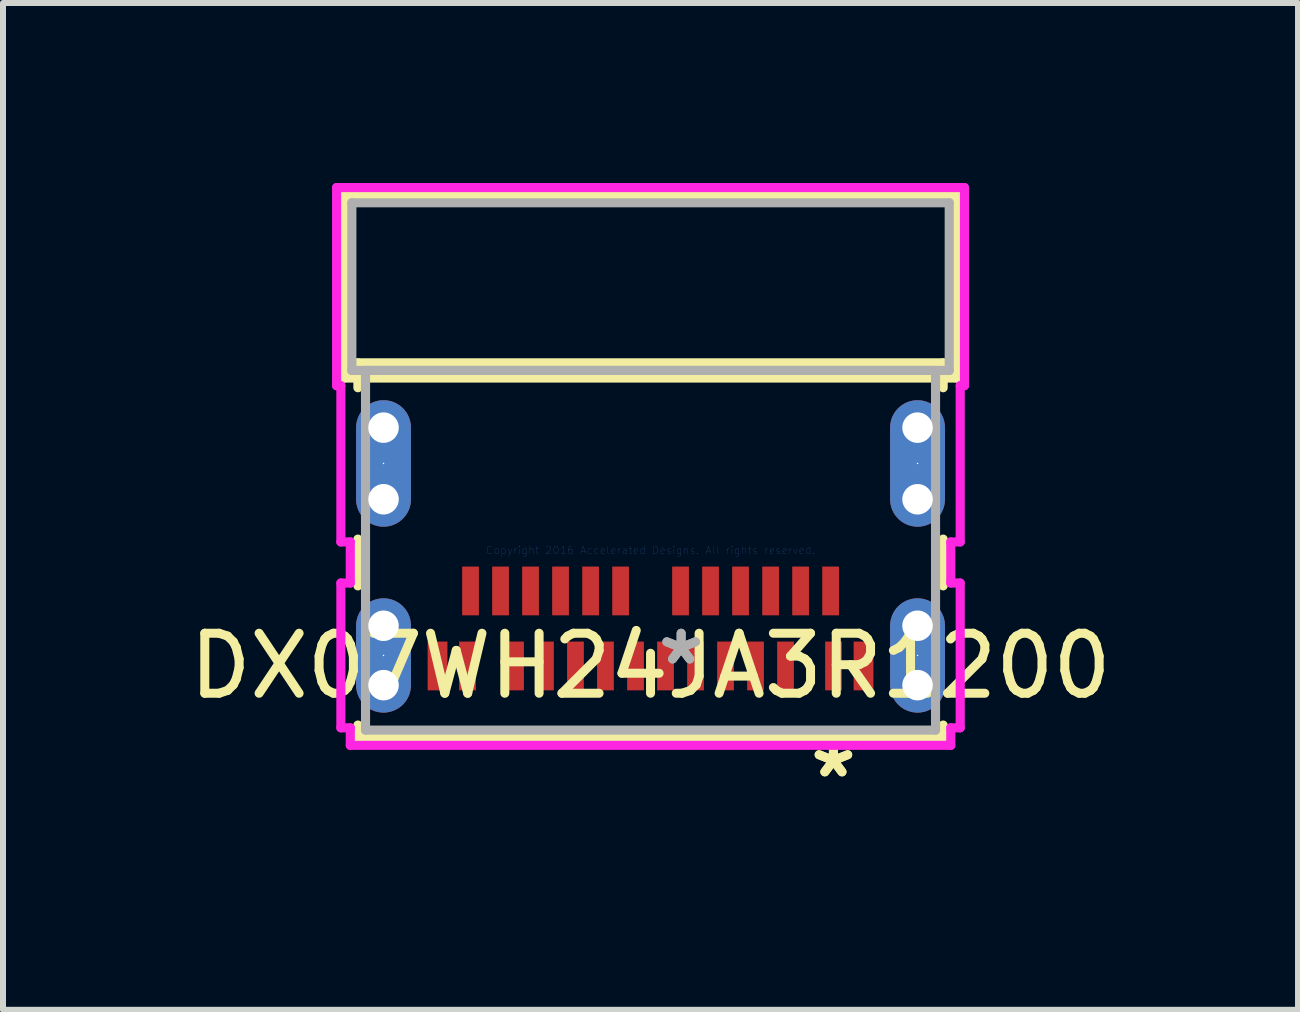
<source format=kicad_pcb>
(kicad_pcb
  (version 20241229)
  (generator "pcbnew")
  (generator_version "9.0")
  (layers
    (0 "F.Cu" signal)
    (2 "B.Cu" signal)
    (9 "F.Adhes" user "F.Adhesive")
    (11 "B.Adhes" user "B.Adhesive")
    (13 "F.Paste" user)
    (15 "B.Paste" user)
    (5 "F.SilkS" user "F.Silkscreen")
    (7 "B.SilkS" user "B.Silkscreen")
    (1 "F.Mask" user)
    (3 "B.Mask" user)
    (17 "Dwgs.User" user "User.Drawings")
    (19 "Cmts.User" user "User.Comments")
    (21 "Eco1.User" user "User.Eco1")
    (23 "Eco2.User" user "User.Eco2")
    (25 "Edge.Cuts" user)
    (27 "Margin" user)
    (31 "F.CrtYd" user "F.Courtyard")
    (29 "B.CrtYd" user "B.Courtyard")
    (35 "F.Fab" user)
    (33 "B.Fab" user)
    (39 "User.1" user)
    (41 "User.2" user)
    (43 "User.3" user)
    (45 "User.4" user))
  (footprint "DX07WH24JA3R1200"
    (layer "F.Cu")
    (at 7.792 6.121)
    (property "Reference" "DX07WH24JA3R1200" (at 0 1.928 0) (layer "F.SilkS") (effects (font (size 1 1) (thickness 0.15))))
    (attr through_hole)
    (fp_line (start -5.105 -5.918) (end -5.105 -2.87) (stroke (width 0.152) (type solid)) (layer "F.SilkS"))
    (fp_line (start -5.105 -2.87) (end 5.105 -2.87) (stroke (width 0.152) (type solid)) (layer "F.SilkS"))
    (fp_line (start -4.877 -3.124) (end -4.877 -2.709) (stroke (width 0.152) (type solid)) (layer "F.SilkS"))
    (fp_line (start -4.877 -0.186) (end -4.877 0.593) (stroke (width 0.152) (type solid)) (layer "F.SilkS"))
    (fp_line (start -4.877 2.913) (end -4.877 3.124) (stroke (width 0.152) (type solid)) (layer "F.SilkS"))
    (fp_line (start -4.877 3.124) (end 4.877 3.124) (stroke (width 0.152) (type solid)) (layer "F.SilkS"))
    (fp_line (start 4.877 -3.124) (end -4.877 -3.124) (stroke (width 0.152) (type solid)) (layer "F.SilkS"))
    (fp_line (start 4.877 -2.709) (end 4.877 -3.124) (stroke (width 0.152) (type solid)) (layer "F.SilkS"))
    (fp_line (start 4.877 0.593) (end 4.877 -0.186) (stroke (width 0.152) (type solid)) (layer "F.SilkS"))
    (fp_line (start 4.877 3.124) (end 4.877 2.913) (stroke (width 0.152) (type solid)) (layer "F.SilkS"))
    (fp_line (start 5.105 -5.918) (end -5.105 -5.918) (stroke (width 0.152) (type solid)) (layer "F.SilkS"))
    (fp_line (start 5.105 -2.87) (end 5.105 -5.918) (stroke (width 0.152) (type solid)) (layer "F.SilkS"))
    (fp_line (start -5.232 -6.045) (end -5.232 -2.743) (stroke (width 0.152) (type solid)) (layer "F.CrtYd"))
    (fp_line (start -5.232 -2.743) (end -5.161 -2.743) (stroke (width 0.152) (type solid)) (layer "F.CrtYd"))
    (fp_line (start -5.161 -2.743) (end -5.161 -0.139) (stroke (width 0.152) (type solid)) (layer "F.CrtYd"))
    (fp_line (start -5.161 -0.139) (end -5.004 -0.139) (stroke (width 0.152) (type solid)) (layer "F.CrtYd"))
    (fp_line (start -5.161 0.546) (end -5.161 2.959) (stroke (width 0.152) (type solid)) (layer "F.CrtYd"))
    (fp_line (start -5.161 2.959) (end -5.004 2.959) (stroke (width 0.152) (type solid)) (layer "F.CrtYd"))
    (fp_line (start -5.004 -0.139) (end -5.004 0.546) (stroke (width 0.152) (type solid)) (layer "F.CrtYd"))
    (fp_line (start -5.004 0.546) (end -5.161 0.546) (stroke (width 0.152) (type solid)) (layer "F.CrtYd"))
    (fp_line (start -5.004 2.959) (end -5.004 3.251) (stroke (width 0.152) (type solid)) (layer "F.CrtYd"))
    (fp_line (start -5.004 3.251) (end 5.004 3.251) (stroke (width 0.152) (type solid)) (layer "F.CrtYd"))
    (fp_line (start 5.004 -0.139) (end 5.161 -0.139) (stroke (width 0.152) (type solid)) (layer "F.CrtYd"))
    (fp_line (start 5.004 0.546) (end 5.004 -0.139) (stroke (width 0.152) (type solid)) (layer "F.CrtYd"))
    (fp_line (start 5.004 2.959) (end 5.161 2.959) (stroke (width 0.152) (type solid)) (layer "F.CrtYd"))
    (fp_line (start 5.004 3.251) (end 5.004 2.959) (stroke (width 0.152) (type solid)) (layer "F.CrtYd"))
    (fp_line (start 5.161 -2.743) (end 5.232 -2.743) (stroke (width 0.152) (type solid)) (layer "F.CrtYd"))
    (fp_line (start 5.161 -0.139) (end 5.161 -2.743) (stroke (width 0.152) (type solid)) (layer "F.CrtYd"))
    (fp_line (start 5.161 0.546) (end 5.004 0.546) (stroke (width 0.152) (type solid)) (layer "F.CrtYd"))
    (fp_line (start 5.161 2.959) (end 5.161 0.546) (stroke (width 0.152) (type solid)) (layer "F.CrtYd"))
    (fp_line (start 5.232 -6.045) (end -5.232 -6.045) (stroke (width 0.152) (type solid)) (layer "F.CrtYd"))
    (fp_line (start 5.232 -2.743) (end 5.232 -6.045) (stroke (width 0.152) (type solid)) (layer "F.CrtYd"))
    (fp_line (start -4.978 -5.791) (end -4.978 -2.997) (stroke (width 0.152) (type solid)) (layer "F.Fab"))
    (fp_line (start -4.978 -2.997) (end 4.978 -2.997) (stroke (width 0.152) (type solid)) (layer "F.Fab"))
    (fp_line (start -4.75 -2.997) (end -4.75 2.997) (stroke (width 0.152) (type solid)) (layer "F.Fab"))
    (fp_line (start -4.75 2.997) (end 4.75 2.997) (stroke (width 0.152) (type solid)) (layer "F.Fab"))
    (fp_line (start 4.75 -2.997) (end -4.75 -2.997) (stroke (width 0.152) (type solid)) (layer "F.Fab"))
    (fp_line (start 4.75 2.997) (end 4.75 -2.997) (stroke (width 0.152) (type solid)) (layer "F.Fab"))
    (fp_line (start 4.978 -5.791) (end -4.978 -5.791) (stroke (width 0.152) (type solid)) (layer "F.Fab"))
    (fp_line (start 4.978 -2.997) (end 4.978 -5.791) (stroke (width 0.152) (type solid)) (layer "F.Fab"))
    (fp_text user "*" (at 3.048 3.81 0) (layer "F.SilkS") (effects (font (size 1 1) (thickness 0.15))))
    (fp_text user "*" (at 3.048 3.81 0) (layer "F.SilkS") (effects (font (size 1 1) (thickness 0.15))))
    (fp_text user "Copyright 2016 Accelerated Designs. All rights reserved." (at 0 0 0) (layer "Cmts.User") (effects (font (size 0.127 0.127) (thickness 0.002))))
    (fp_text user "*" (at 0.51 1.928 0) (layer "F.Fab") (effects (font (size 1 1) (thickness 0.15))))
    (fp_text user "*" (at 0.51 1.928 0) (layer "F.Fab") (effects (font (size 1 1) (thickness 0.15))))
    (pad "" np_thru_hole circle (at -4.45 -2.044) (size 0.508 0.508) (drill 0.508) (layers "*.Cu" "*.Mask"))
    (pad "" np_thru_hole circle (at -4.45 -0.85) (size 0.508 0.508) (drill 0.508) (layers "*.Cu" "*.Mask"))
    (pad "" np_thru_hole circle (at -4.45 1.258) (size 0.508 0.508) (drill 0.508) (layers "*.Cu" "*.Mask"))
    (pad "" np_thru_hole circle (at -4.45 2.248) (size 0.508 0.508) (drill 0.508) (layers "*.Cu" "*.Mask"))
    (pad "" np_thru_hole circle (at 4.45 -2.044) (size 0.508 0.508) (drill 0.508) (layers "*.Cu" "*.Mask"))
    (pad "" np_thru_hole circle (at 4.45 -0.85) (size 0.508 0.508) (drill 0.508) (layers "*.Cu" "*.Mask"))
    (pad "" np_thru_hole circle (at 4.45 1.258) (size 0.508 0.508) (drill 0.508) (layers "*.Cu" "*.Mask"))
    (pad "" np_thru_hole circle (at 4.45 2.248) (size 0.508 0.508) (drill 0.508) (layers "*.Cu" "*.Mask"))
    (pad "29" smd rect (at 3.55 1.928) (size 0.33 0.813) (layers "F.Cu" "F.Mask" "F.Paste"))
    (pad "30" smd rect (at -3.55 1.928) (size 0.33 0.813) (layers "F.Cu" "F.Mask" "F.Paste"))
    (pad "A1" smd rect (at 3.05 1.928) (size 0.279 0.813) (layers "F.Cu" "F.Mask" "F.Paste"))
    (pad "A2" smd rect (at 2.25 1.928) (size 0.279 0.813) (layers "F.Cu" "F.Mask" "F.Paste"))
    (pad "A3" smd rect (at 1.75 1.928) (size 0.279 0.813) (layers "F.Cu" "F.Mask" "F.Paste"))
    (pad "A4" smd rect (at 1.25 1.928) (size 0.279 0.813) (layers "F.Cu" "F.Mask" "F.Paste"))
    (pad "A5" smd rect (at 0.75 1.928) (size 0.279 0.813) (layers "F.Cu" "F.Mask" "F.Paste"))
    (pad "A6" smd rect (at 0.25 1.928) (size 0.279 0.813) (layers "F.Cu" "F.Mask" "F.Paste"))
    (pad "A7" smd rect (at -0.25 1.928) (size 0.279 0.813) (layers "F.Cu" "F.Mask" "F.Paste"))
    (pad "A8" smd rect (at -0.751 1.928) (size 0.279 0.813) (layers "F.Cu" "F.Mask" "F.Paste"))
    (pad "A9" smd rect (at -1.251 1.928) (size 0.279 0.813) (layers "F.Cu" "F.Mask" "F.Paste"))
    (pad "A10" smd rect (at -1.751 1.928) (size 0.279 0.813) (layers "F.Cu" "F.Mask" "F.Paste"))
    (pad "A11" smd rect (at -2.25 1.928) (size 0.279 0.813) (layers "F.Cu" "F.Mask" "F.Paste"))
    (pad "A12" smd rect (at -3.05 1.928) (size 0.279 0.813) (layers "F.Cu" "F.Mask" "F.Paste"))
    (pad "B1" smd rect (at -3 0.678) (size 0.279 0.813) (layers "F.Cu" "F.Mask" "F.Paste"))
    (pad "B2" smd rect (at -2.5 0.678) (size 0.279 0.813) (layers "F.Cu" "F.Mask" "F.Paste"))
    (pad "B3" smd rect (at -2 0.678) (size 0.279 0.813) (layers "F.Cu" "F.Mask" "F.Paste"))
    (pad "B4" smd rect (at -1.5 0.678) (size 0.279 0.813) (layers "F.Cu" "F.Mask" "F.Paste"))
    (pad "B5" smd rect (at -0.999 0.678) (size 0.279 0.813) (layers "F.Cu" "F.Mask" "F.Paste"))
    (pad "B6" smd rect (at -0.499 0.678) (size 0.279 0.813) (layers "F.Cu" "F.Mask" "F.Paste"))
    (pad "B7" smd rect (at 0.5 0.678) (size 0.279 0.813) (layers "F.Cu" "F.Mask" "F.Paste"))
    (pad "B8" smd rect (at 1 0.678) (size 0.279 0.813) (layers "F.Cu" "F.Mask" "F.Paste"))
    (pad "B9" smd rect (at 1.5 0.678) (size 0.279 0.813) (layers "F.Cu" "F.Mask" "F.Paste"))
    (pad "B10" smd rect (at 2.001 0.678) (size 0.279 0.813) (layers "F.Cu" "F.Mask" "F.Paste"))
    (pad "B11" smd rect (at 2.501 0.678) (size 0.279 0.813) (layers "F.Cu" "F.Mask" "F.Paste"))
    (pad "B12" smd rect (at 3.001 0.678) (size 0.279 0.813) (layers "F.Cu" "F.Mask" "F.Paste"))
    (pad "S_1" thru_hole oval (at -4.45 -1.447 90) (size 2.108 0.914) (drill 0.025) (layers "*.Cu" "*.Mask"))
    (pad "S_2" thru_hole oval (at 4.45 -1.447 90) (size 2.108 0.914) (drill 0.025) (layers "*.Cu" "*.Mask"))
    (pad "S_3" thru_hole oval (at -4.45 1.753 90) (size 1.905 0.914) (drill 0.025) (layers "*.Cu" "*.Mask"))
    (pad "S_4" thru_hole oval (at 4.45 1.753 90) (size 1.905 0.914) (drill 0.025) (layers "*.Cu" "*.Mask")))
  (gr_rect
    (start -3 -3)
    (end 18.583 13.78)
    (stroke (width 0.1) (type default))
    (fill no)
    (layer "Edge.Cuts")))
</source>
